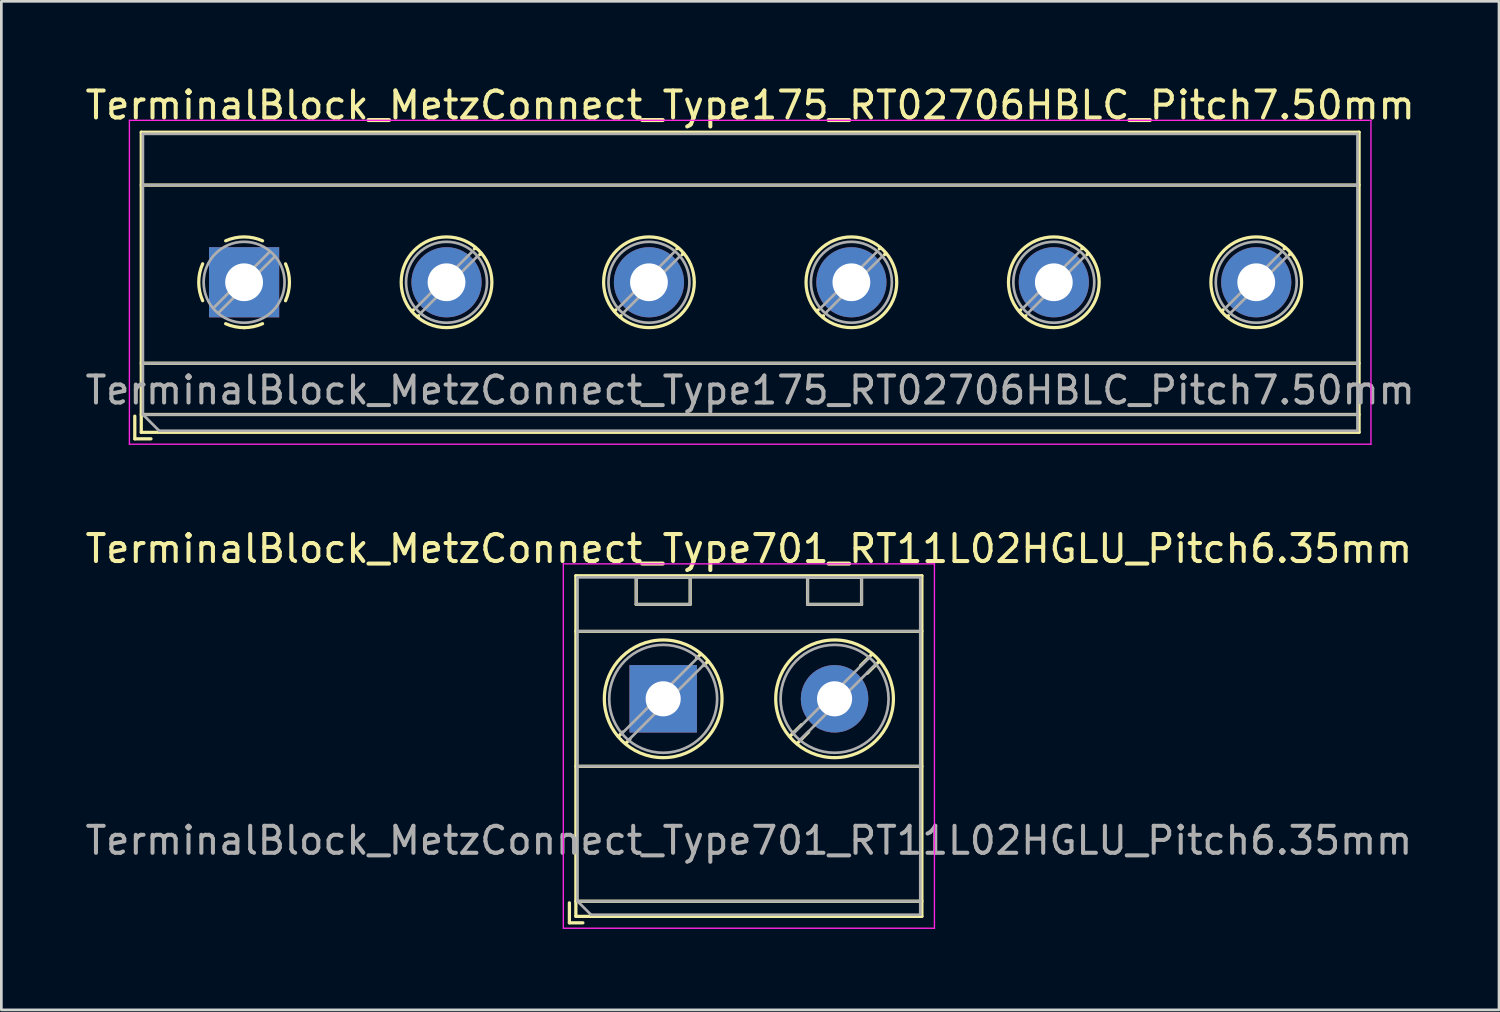
<source format=kicad_pcb>
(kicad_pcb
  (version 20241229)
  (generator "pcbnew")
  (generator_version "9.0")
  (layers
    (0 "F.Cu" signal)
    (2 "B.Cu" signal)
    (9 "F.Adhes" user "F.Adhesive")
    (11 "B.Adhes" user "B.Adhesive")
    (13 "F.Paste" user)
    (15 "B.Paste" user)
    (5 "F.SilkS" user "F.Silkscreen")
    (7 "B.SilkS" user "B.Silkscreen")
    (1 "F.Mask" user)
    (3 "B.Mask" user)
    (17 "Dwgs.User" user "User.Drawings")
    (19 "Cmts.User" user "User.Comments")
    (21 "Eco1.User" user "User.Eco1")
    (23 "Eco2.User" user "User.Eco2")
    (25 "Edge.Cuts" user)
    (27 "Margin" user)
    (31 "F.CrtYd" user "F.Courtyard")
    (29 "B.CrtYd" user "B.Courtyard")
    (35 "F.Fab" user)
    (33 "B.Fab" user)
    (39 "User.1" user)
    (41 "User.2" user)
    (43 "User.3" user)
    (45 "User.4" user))
  (footprint "TerminalBlock_MetzConnect_Type175_RT02706HBLC_Pitch7.50mm"
    (layer "F.Cu")
    (at 5.994 7.408)
    (property "Reference" "TerminalBlock_MetzConnect_Type175_RT02706HBLC_Pitch7.50mm" (at 18.75 -6.56 0) (layer "F.SilkS") (effects (font (size 1 1) (thickness 0.15))))
    (attr through_hole)
    (fp_line (start -4.05 4.96) (end -4.05 5.8) (stroke (width 0.12) (type solid)) (layer "F.SilkS"))
    (fp_line (start -4.05 5.8) (end -3.45 5.8) (stroke (width 0.12) (type solid)) (layer "F.SilkS"))
    (fp_line (start -3.81 -5.56) (end -3.81 5.56) (stroke (width 0.12) (type solid)) (layer "F.SilkS"))
    (fp_line (start -3.81 -3.6) (end 41.31 -3.6) (stroke (width 0.12) (type solid)) (layer "F.SilkS"))
    (fp_line (start -3.81 3) (end 41.31 3) (stroke (width 0.12) (type solid)) (layer "F.SilkS"))
    (fp_line (start -3.81 4.9) (end 41.31 4.9) (stroke (width 0.12) (type solid)) (layer "F.SilkS"))
    (fp_line (start -3.81 5.56) (end 41.31 5.56) (stroke (width 0.12) (type solid)) (layer "F.SilkS"))
    (fp_line (start 6.273 1.023) (end 6.226 1.069) (stroke (width 0.12) (type solid)) (layer "F.SilkS"))
    (fp_line (start 6.466 1.239) (end 6.431 1.274) (stroke (width 0.12) (type solid)) (layer "F.SilkS"))
    (fp_line (start 8.57 -1.275) (end 8.535 -1.239) (stroke (width 0.12) (type solid)) (layer "F.SilkS"))
    (fp_line (start 8.775 -1.069) (end 8.728 -1.023) (stroke (width 0.12) (type solid)) (layer "F.SilkS"))
    (fp_line (start 13.773 1.023) (end 13.726 1.069) (stroke (width 0.12) (type solid)) (layer "F.SilkS"))
    (fp_line (start 13.966 1.239) (end 13.931 1.274) (stroke (width 0.12) (type solid)) (layer "F.SilkS"))
    (fp_line (start 16.07 -1.275) (end 16.035 -1.239) (stroke (width 0.12) (type solid)) (layer "F.SilkS"))
    (fp_line (start 16.275 -1.069) (end 16.228 -1.023) (stroke (width 0.12) (type solid)) (layer "F.SilkS"))
    (fp_line (start 21.273 1.023) (end 21.226 1.069) (stroke (width 0.12) (type solid)) (layer "F.SilkS"))
    (fp_line (start 21.466 1.239) (end 21.431 1.274) (stroke (width 0.12) (type solid)) (layer "F.SilkS"))
    (fp_line (start 23.57 -1.275) (end 23.535 -1.239) (stroke (width 0.12) (type solid)) (layer "F.SilkS"))
    (fp_line (start 23.775 -1.069) (end 23.728 -1.023) (stroke (width 0.12) (type solid)) (layer "F.SilkS"))
    (fp_line (start 28.773 1.023) (end 28.726 1.069) (stroke (width 0.12) (type solid)) (layer "F.SilkS"))
    (fp_line (start 28.966 1.239) (end 28.931 1.274) (stroke (width 0.12) (type solid)) (layer "F.SilkS"))
    (fp_line (start 31.07 -1.275) (end 31.035 -1.239) (stroke (width 0.12) (type solid)) (layer "F.SilkS"))
    (fp_line (start 31.275 -1.069) (end 31.228 -1.023) (stroke (width 0.12) (type solid)) (layer "F.SilkS"))
    (fp_line (start 36.273 1.023) (end 36.226 1.069) (stroke (width 0.12) (type solid)) (layer "F.SilkS"))
    (fp_line (start 36.466 1.239) (end 36.431 1.274) (stroke (width 0.12) (type solid)) (layer "F.SilkS"))
    (fp_line (start 38.57 -1.275) (end 38.535 -1.239) (stroke (width 0.12) (type solid)) (layer "F.SilkS"))
    (fp_line (start 38.775 -1.069) (end 38.728 -1.023) (stroke (width 0.12) (type solid)) (layer "F.SilkS"))
    (fp_line (start 41.31 -5.56) (end -3.81 -5.56) (stroke (width 0.12) (type solid)) (layer "F.SilkS"))
    (fp_line (start 41.31 5.56) (end 41.31 -5.56) (stroke (width 0.12) (type solid)) (layer "F.SilkS"))
    (fp_arc (start -1.535427 0.683042) (mid -1.680501 -0.000524) (end -1.535 -0.684) (stroke (width 0.12) (type solid)) (layer "F.SilkS"))
    (fp_arc (start -0.683042 -1.535427) (mid 0.000524 -1.680501) (end 0.684 -1.535) (stroke (width 0.12) (type solid)) (layer "F.SilkS"))
    (fp_arc (start 0.028805 1.680253) (mid -0.335551 1.646659) (end -0.684 1.535) (stroke (width 0.12) (type solid)) (layer "F.SilkS"))
    (fp_arc (start 0.683318 1.534756) (mid 0.349292 1.643288) (end 0 1.68) (stroke (width 0.12) (type solid)) (layer "F.SilkS"))
    (fp_arc (start 1.535427 -0.683042) (mid 1.680501 0.000524) (end 1.535 0.684) (stroke (width 0.12) (type solid)) (layer "F.SilkS"))
    (fp_circle (center 7.5 0) (end 9.18 0) (stroke (width 0.12) (type solid)) (fill no) (layer "F.SilkS"))
    (fp_circle (center 15 0) (end 16.68 0) (stroke (width 0.12) (type solid)) (fill no) (layer "F.SilkS"))
    (fp_circle (center 22.5 0) (end 24.18 0) (stroke (width 0.12) (type solid)) (fill no) (layer "F.SilkS"))
    (fp_circle (center 30 0) (end 31.68 0) (stroke (width 0.12) (type solid)) (fill no) (layer "F.SilkS"))
    (fp_circle (center 37.5 0) (end 39.18 0) (stroke (width 0.12) (type solid)) (fill no) (layer "F.SilkS"))
    (fp_line (start -4.25 -6) (end -4.25 6) (stroke (width 0.05) (type solid)) (layer "F.CrtYd"))
    (fp_line (start -4.25 6) (end 41.75 6) (stroke (width 0.05) (type solid)) (layer "F.CrtYd"))
    (fp_line (start 41.75 -6) (end -4.25 -6) (stroke (width 0.05) (type solid)) (layer "F.CrtYd"))
    (fp_line (start 41.75 6) (end 41.75 -6) (stroke (width 0.05) (type solid)) (layer "F.CrtYd"))
    (fp_line (start -3.75 -5.5) (end 41.25 -5.5) (stroke (width 0.1) (type solid)) (layer "F.Fab"))
    (fp_line (start -3.75 -3.6) (end 41.25 -3.6) (stroke (width 0.1) (type solid)) (layer "F.Fab"))
    (fp_line (start -3.75 3) (end 41.25 3) (stroke (width 0.1) (type solid)) (layer "F.Fab"))
    (fp_line (start -3.75 4.9) (end -3.75 -5.5) (stroke (width 0.1) (type solid)) (layer "F.Fab"))
    (fp_line (start -3.75 4.9) (end 41.25 4.9) (stroke (width 0.1) (type solid)) (layer "F.Fab"))
    (fp_line (start -3.15 5.5) (end -3.75 4.9) (stroke (width 0.1) (type solid)) (layer "F.Fab"))
    (fp_line (start 0.955 -1.138) (end -1.138 0.955) (stroke (width 0.1) (type solid)) (layer "F.Fab"))
    (fp_line (start 1.138 -0.955) (end -0.955 1.138) (stroke (width 0.1) (type solid)) (layer "F.Fab"))
    (fp_line (start 8.455 -1.138) (end 6.363 0.955) (stroke (width 0.1) (type solid)) (layer "F.Fab"))
    (fp_line (start 8.638 -0.955) (end 6.546 1.138) (stroke (width 0.1) (type solid)) (layer "F.Fab"))
    (fp_line (start 15.955 -1.138) (end 13.863 0.955) (stroke (width 0.1) (type solid)) (layer "F.Fab"))
    (fp_line (start 16.138 -0.955) (end 14.046 1.138) (stroke (width 0.1) (type solid)) (layer "F.Fab"))
    (fp_line (start 23.455 -1.138) (end 21.363 0.955) (stroke (width 0.1) (type solid)) (layer "F.Fab"))
    (fp_line (start 23.638 -0.955) (end 21.546 1.138) (stroke (width 0.1) (type solid)) (layer "F.Fab"))
    (fp_line (start 30.955 -1.138) (end 28.863 0.955) (stroke (width 0.1) (type solid)) (layer "F.Fab"))
    (fp_line (start 31.138 -0.955) (end 29.046 1.138) (stroke (width 0.1) (type solid)) (layer "F.Fab"))
    (fp_line (start 38.455 -1.138) (end 36.363 0.955) (stroke (width 0.1) (type solid)) (layer "F.Fab"))
    (fp_line (start 38.638 -0.955) (end 36.546 1.138) (stroke (width 0.1) (type solid)) (layer "F.Fab"))
    (fp_line (start 41.25 -5.5) (end 41.25 5.5) (stroke (width 0.1) (type solid)) (layer "F.Fab"))
    (fp_line (start 41.25 5.5) (end -3.15 5.5) (stroke (width 0.1) (type solid)) (layer "F.Fab"))
    (fp_circle (center 0 0) (end 1.5 0) (stroke (width 0.1) (type solid)) (fill no) (layer "F.Fab"))
    (fp_circle (center 7.5 0) (end 9 0) (stroke (width 0.1) (type solid)) (fill no) (layer "F.Fab"))
    (fp_circle (center 15 0) (end 16.5 0) (stroke (width 0.1) (type solid)) (fill no) (layer "F.Fab"))
    (fp_circle (center 22.5 0) (end 24 0) (stroke (width 0.1) (type solid)) (fill no) (layer "F.Fab"))
    (fp_circle (center 30 0) (end 31.5 0) (stroke (width 0.1) (type solid)) (fill no) (layer "F.Fab"))
    (fp_circle (center 37.5 0) (end 39 0) (stroke (width 0.1) (type solid)) (fill no) (layer "F.Fab"))
    (fp_text user "${REFERENCE}" (at 18.75 4 0) (layer "F.Fab") (effects (font (size 1 1) (thickness 0.15))))
    (pad "1" thru_hole rect (at 0 0) (size 2.6 2.6) (drill 1.4) (layers "*.Cu" "*.Mask"))
    (pad "2" thru_hole circle (at 7.5 0) (size 2.6 2.6) (drill 1.4) (layers "*.Cu" "*.Mask"))
    (pad "3" thru_hole circle (at 15 0) (size 2.6 2.6) (drill 1.4) (layers "*.Cu" "*.Mask"))
    (pad "4" thru_hole circle (at 22.5 0) (size 2.6 2.6) (drill 1.4) (layers "*.Cu" "*.Mask"))
    (pad "5" thru_hole circle (at 30 0) (size 2.6 2.6) (drill 1.4) (layers "*.Cu" "*.Mask"))
    (pad "6" thru_hole circle (at 37.5 0) (size 2.6 2.6) (drill 1.4) (layers "*.Cu" "*.Mask")))
  (footprint "TerminalBlock_MetzConnect_Type701_RT11L02HGLU_Pitch6.35mm"
    (layer "F.Cu")
    (at 21.521 22.841)
    (property "Reference" "TerminalBlock_MetzConnect_Type701_RT11L02HGLU_Pitch6.35mm" (at 3.175 -5.56 0) (layer "F.SilkS") (effects (font (size 1 1) (thickness 0.15))))
    (attr through_hole)
    (fp_line (start -3.475 7.56) (end -3.475 8.3) (stroke (width 0.12) (type solid)) (layer "F.SilkS"))
    (fp_line (start -3.475 8.3) (end -2.975 8.3) (stroke (width 0.12) (type solid)) (layer "F.SilkS"))
    (fp_line (start -3.235 -4.56) (end -3.235 8.06) (stroke (width 0.12) (type solid)) (layer "F.SilkS"))
    (fp_line (start -3.235 -2.5) (end 9.585 -2.5) (stroke (width 0.12) (type solid)) (layer "F.SilkS"))
    (fp_line (start -3.235 2.5) (end 9.585 2.5) (stroke (width 0.12) (type solid)) (layer "F.SilkS"))
    (fp_line (start -3.235 7.5) (end 9.585 7.5) (stroke (width 0.12) (type solid)) (layer "F.SilkS"))
    (fp_line (start -3.235 8.06) (end 9.585 8.06) (stroke (width 0.12) (type solid)) (layer "F.SilkS"))
    (fp_line (start -1.502 1.235) (end -1.654 1.388) (stroke (width 0.12) (type solid)) (layer "F.SilkS"))
    (fp_line (start -1.236 1.502) (end -1.388 1.654) (stroke (width 0.12) (type solid)) (layer "F.SilkS"))
    (fp_line (start -1 -4.5) (end -1 -3.5) (stroke (width 0.12) (type solid)) (layer "F.SilkS"))
    (fp_line (start -1 -4.5) (end 1 -4.5) (stroke (width 0.12) (type solid)) (layer "F.SilkS"))
    (fp_line (start -1 -3.5) (end 1 -3.5) (stroke (width 0.12) (type solid)) (layer "F.SilkS"))
    (fp_line (start 1 -4.5) (end 1 -3.5) (stroke (width 0.12) (type solid)) (layer "F.SilkS"))
    (fp_line (start 1.388 -1.654) (end 1.236 -1.502) (stroke (width 0.12) (type solid)) (layer "F.SilkS"))
    (fp_line (start 1.654 -1.388) (end 1.502 -1.236) (stroke (width 0.12) (type solid)) (layer "F.SilkS"))
    (fp_line (start 5.123 0.962) (end 4.697 1.388) (stroke (width 0.12) (type solid)) (layer "F.SilkS"))
    (fp_line (start 5.35 -4.5) (end 5.35 -3.5) (stroke (width 0.12) (type solid)) (layer "F.SilkS"))
    (fp_line (start 5.35 -4.5) (end 7.35 -4.5) (stroke (width 0.12) (type solid)) (layer "F.SilkS"))
    (fp_line (start 5.35 -3.5) (end 7.35 -3.5) (stroke (width 0.12) (type solid)) (layer "F.SilkS"))
    (fp_line (start 5.389 1.228) (end 4.963 1.654) (stroke (width 0.12) (type solid)) (layer "F.SilkS"))
    (fp_line (start 7.35 -4.5) (end 7.35 -3.5) (stroke (width 0.12) (type solid)) (layer "F.SilkS"))
    (fp_line (start 7.738 -1.654) (end 7.312 -1.228) (stroke (width 0.12) (type solid)) (layer "F.SilkS"))
    (fp_line (start 8.004 -1.388) (end 7.563 -0.947) (stroke (width 0.12) (type solid)) (layer "F.SilkS"))
    (fp_line (start 9.585 -4.56) (end -3.235 -4.56) (stroke (width 0.12) (type solid)) (layer "F.SilkS"))
    (fp_line (start 9.585 8.06) (end 9.585 -4.56) (stroke (width 0.12) (type solid)) (layer "F.SilkS"))
    (fp_circle (center 0 0) (end 2.18 0) (stroke (width 0.12) (type solid)) (fill no) (layer "F.SilkS"))
    (fp_circle (center 6.35 0) (end 8.53 0) (stroke (width 0.12) (type solid)) (fill no) (layer "F.SilkS"))
    (fp_line (start -3.7 -5) (end -3.7 8.5) (stroke (width 0.05) (type solid)) (layer "F.CrtYd"))
    (fp_line (start -3.7 8.5) (end 10.05 8.5) (stroke (width 0.05) (type solid)) (layer "F.CrtYd"))
    (fp_line (start 10.05 -5) (end -3.7 -5) (stroke (width 0.05) (type solid)) (layer "F.CrtYd"))
    (fp_line (start 10.05 8.5) (end 10.05 -5) (stroke (width 0.05) (type solid)) (layer "F.CrtYd"))
    (fp_line (start -3.175 -4.5) (end 9.525 -4.5) (stroke (width 0.1) (type solid)) (layer "F.Fab"))
    (fp_line (start -3.175 -2.5) (end 9.525 -2.5) (stroke (width 0.1) (type solid)) (layer "F.Fab"))
    (fp_line (start -3.175 2.5) (end 9.525 2.5) (stroke (width 0.1) (type solid)) (layer "F.Fab"))
    (fp_line (start -3.175 7.5) (end -3.175 -4.5) (stroke (width 0.1) (type solid)) (layer "F.Fab"))
    (fp_line (start -3.175 7.5) (end 9.525 7.5) (stroke (width 0.1) (type solid)) (layer "F.Fab"))
    (fp_line (start -2.675 8) (end -3.175 7.5) (stroke (width 0.1) (type solid)) (layer "F.Fab"))
    (fp_line (start -1 -4.5) (end -1 -3.5) (stroke (width 0.1) (type solid)) (layer "F.Fab"))
    (fp_line (start -1 -3.5) (end 1 -3.5) (stroke (width 0.1) (type solid)) (layer "F.Fab"))
    (fp_line (start 1 -4.5) (end -1 -4.5) (stroke (width 0.1) (type solid)) (layer "F.Fab"))
    (fp_line (start 1 -3.5) (end 1 -4.5) (stroke (width 0.1) (type solid)) (layer "F.Fab"))
    (fp_line (start 1.273 -1.517) (end -1.517 1.273) (stroke (width 0.1) (type solid)) (layer "F.Fab"))
    (fp_line (start 1.517 -1.273) (end -1.273 1.517) (stroke (width 0.1) (type solid)) (layer "F.Fab"))
    (fp_line (start 5.35 -4.5) (end 5.35 -3.5) (stroke (width 0.1) (type solid)) (layer "F.Fab"))
    (fp_line (start 5.35 -3.5) (end 7.35 -3.5) (stroke (width 0.1) (type solid)) (layer "F.Fab"))
    (fp_line (start 7.35 -4.5) (end 5.35 -4.5) (stroke (width 0.1) (type solid)) (layer "F.Fab"))
    (fp_line (start 7.35 -3.5) (end 7.35 -4.5) (stroke (width 0.1) (type solid)) (layer "F.Fab"))
    (fp_line (start 7.623 -1.517) (end 4.834 1.273) (stroke (width 0.1) (type solid)) (layer "F.Fab"))
    (fp_line (start 7.867 -1.273) (end 5.078 1.517) (stroke (width 0.1) (type solid)) (layer "F.Fab"))
    (fp_line (start 9.525 -4.5) (end 9.525 8) (stroke (width 0.1) (type solid)) (layer "F.Fab"))
    (fp_line (start 9.525 8) (end -2.675 8) (stroke (width 0.1) (type solid)) (layer "F.Fab"))
    (fp_circle (center 0 0) (end 2 0) (stroke (width 0.1) (type solid)) (fill no) (layer "F.Fab"))
    (fp_circle (center 6.35 0) (end 8.35 0) (stroke (width 0.1) (type solid)) (fill no) (layer "F.Fab"))
    (fp_text user "${REFERENCE}" (at 3.175 5.25 0) (layer "F.Fab") (effects (font (size 1 1) (thickness 0.15))))
    (pad "1" thru_hole rect (at 0 0) (size 2.5 2.5) (drill 1.3) (layers "*.Cu" "*.Mask"))
    (pad "2" thru_hole circle (at 6.35 0) (size 2.5 2.5) (drill 1.3) (layers "*.Cu" "*.Mask")))
  (gr_rect
    (start -3 -3)
    (end 52.488 34.367)
    (stroke (width 0.1) (type default))
    (fill no)
    (layer "Edge.Cuts")))
</source>
